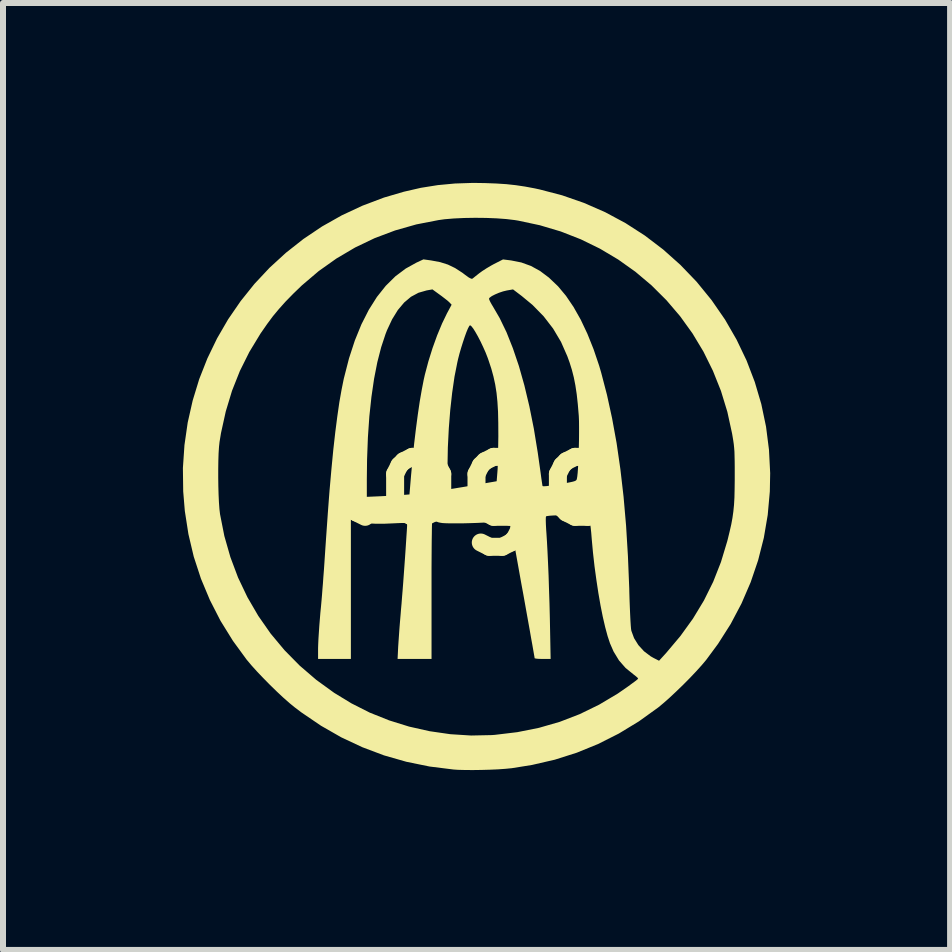
<source format=kicad_pcb>
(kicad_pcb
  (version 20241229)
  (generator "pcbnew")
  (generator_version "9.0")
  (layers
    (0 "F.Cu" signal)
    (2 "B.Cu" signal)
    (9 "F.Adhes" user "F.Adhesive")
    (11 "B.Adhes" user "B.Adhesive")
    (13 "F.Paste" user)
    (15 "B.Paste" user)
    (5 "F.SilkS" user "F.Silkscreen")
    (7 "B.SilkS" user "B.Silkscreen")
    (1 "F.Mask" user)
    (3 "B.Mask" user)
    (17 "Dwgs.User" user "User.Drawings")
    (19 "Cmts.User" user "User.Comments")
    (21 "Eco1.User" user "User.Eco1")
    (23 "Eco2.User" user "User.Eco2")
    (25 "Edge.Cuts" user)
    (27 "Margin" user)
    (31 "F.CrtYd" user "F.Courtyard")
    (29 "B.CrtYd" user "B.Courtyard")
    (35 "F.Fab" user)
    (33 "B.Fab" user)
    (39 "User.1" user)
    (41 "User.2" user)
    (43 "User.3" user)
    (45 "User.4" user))
  (footprint "logo"
    (layer "F.Cu")
    (at 4.896 4.89)
    (property "Reference" "logo" (at 0 0 0) (layer "F.SilkS") (effects (font (size 1.5 1.5) (thickness 0.3))))
    (attr board_only exclude_from_pos_files exclude_from_bom)
    (fp_poly (pts (xy 0.141 -4.887) (xy 0.33 -4.88) (xy 0.499 -4.869) (xy 0.655 -4.852) (xy 0.809 -4.829) (xy 0.97 -4.799) (xy 1.053 -4.781) (xy 1.428 -4.683) (xy 1.793 -4.556) (xy 2.145 -4.402) (xy 2.484 -4.22) (xy 2.807 -4.012) (xy 3.113 -3.779) (xy 3.401 -3.522) (xy 3.67 -3.242) (xy 3.917 -2.939) (xy 3.923 -2.931) (xy 4.144 -2.611) (xy 4.337 -2.276) (xy 4.503 -1.929) (xy 4.64 -1.571) (xy 4.749 -1.202) (xy 4.828 -0.825) (xy 4.877 -0.44) (xy 4.897 -0.05) (xy 4.891 0.258) (xy 4.856 0.647) (xy 4.791 1.029) (xy 4.696 1.403) (xy 4.572 1.768) (xy 4.419 2.123) (xy 4.238 2.466) (xy 4.028 2.796) (xy 3.83 3.064) (xy 3.755 3.153) (xy 3.663 3.255) (xy 3.557 3.367) (xy 3.444 3.481) (xy 3.329 3.592) (xy 3.218 3.696) (xy 3.116 3.786) (xy 3.032 3.856) (xy 2.708 4.089) (xy 2.374 4.292) (xy 2.029 4.466) (xy 1.674 4.611) (xy 1.306 4.728) (xy 0.925 4.816) (xy 0.588 4.87) (xy 0.486 4.88) (xy 0.362 4.889) (xy 0.224 4.895) (xy 0.08 4.899) (xy -0.062 4.901) (xy -0.195 4.9) (xy -0.31 4.897) (xy -0.383 4.892) (xy -0.783 4.842) (xy -1.169 4.763) (xy -1.543 4.656) (xy -1.904 4.52) (xy -2.254 4.356) (xy -2.593 4.162) (xy -2.921 3.939) (xy -3.032 3.855) (xy -3.119 3.784) (xy -3.221 3.694) (xy -3.331 3.591) (xy -3.445 3.48) (xy -3.557 3.366) (xy -3.662 3.256) (xy -3.753 3.155) (xy -3.826 3.068) (xy -3.827 3.068) (xy -4.062 2.746) (xy -4.269 2.412) (xy -4.446 2.066) (xy -4.595 1.71) (xy -4.715 1.343) (xy -4.804 0.967) (xy -4.864 0.581) (xy -4.891 0.254) (xy -4.894 0.026) (xy -4.307 0.026) (xy -4.305 0.171) (xy -4.301 0.311) (xy -4.295 0.438) (xy -4.287 0.548) (xy -4.277 0.633) (xy -4.205 0.998) (xy -4.104 1.351) (xy -3.976 1.692) (xy -3.82 2.019) (xy -3.639 2.33) (xy -3.433 2.625) (xy -3.202 2.902) (xy -2.948 3.16) (xy -2.672 3.397) (xy -2.374 3.613) (xy -2.087 3.788) (xy -1.781 3.943) (xy -1.459 4.072) (xy -1.125 4.176) (xy -0.783 4.253) (xy -0.437 4.303) (xy -0.091 4.325) (xy 0.251 4.318) (xy 0.306 4.314) (xy 0.681 4.269) (xy 1.041 4.197) (xy 1.388 4.097) (xy 1.722 3.968) (xy 2.044 3.811) (xy 2.355 3.626) (xy 2.528 3.506) (xy 2.589 3.461) (xy 2.641 3.423) (xy 2.678 3.394) (xy 2.695 3.378) (xy 2.695 3.378) (xy 2.687 3.363) (xy 2.659 3.338) (xy 2.618 3.306) (xy 2.486 3.199) (xy 2.376 3.073) (xy 2.286 2.925) (xy 2.226 2.788) (xy 2.186 2.667) (xy 2.146 2.519) (xy 2.106 2.347) (xy 2.068 2.156) (xy 2.032 1.949) (xy 1.999 1.731) (xy 1.968 1.504) (xy 1.942 1.273) (xy 1.922 1.055) (xy 1.913 0.944) (xy 1.904 0.859) (xy 1.896 0.797) (xy 1.888 0.754) (xy 1.878 0.726) (xy 1.865 0.708) (xy 1.849 0.696) (xy 1.839 0.69) (xy 1.803 0.679) (xy 1.747 0.668) (xy 1.68 0.659) (xy 1.66 0.657) (xy 1.597 0.653) (xy 1.521 0.651) (xy 1.439 0.651) (xy 1.356 0.653) (xy 1.28 0.656) (xy 1.218 0.66) (xy 1.175 0.666) (xy 1.16 0.67) (xy 1.156 0.689) (xy 1.155 0.736) (xy 1.157 0.806) (xy 1.162 0.898) (xy 1.166 0.953) (xy 1.175 1.094) (xy 1.184 1.262) (xy 1.193 1.453) (xy 1.202 1.663) (xy 1.209 1.889) (xy 1.217 2.126) (xy 1.223 2.37) (xy 1.227 2.575) (xy 1.236 3.048) (xy 1.103 3.048) (xy 1.042 3.047) (xy 0.996 3.043) (xy 0.972 3.038) (xy 0.969 3.036) (xy 0.967 3.019) (xy 0.959 2.974) (xy 0.947 2.905) (xy 0.931 2.813) (xy 0.911 2.703) (xy 0.889 2.576) (xy 0.864 2.437) (xy 0.837 2.287) (xy 0.809 2.13) (xy 0.78 1.968) (xy 0.75 1.806) (xy 0.721 1.644) (xy 0.693 1.487) (xy 0.666 1.337) (xy 0.641 1.198) (xy 0.618 1.072) (xy 0.598 0.961) (xy 0.581 0.87) (xy 0.568 0.8) (xy 0.559 0.756) (xy 0.556 0.739) (xy 0.556 0.739) (xy 0.54 0.739) (xy 0.499 0.742) (xy 0.437 0.748) (xy 0.362 0.756) (xy 0.327 0.759) (xy 0.239 0.767) (xy 0.129 0.774) (xy 0.007 0.78) (xy -0.119 0.784) (xy -0.238 0.787) (xy -0.242 0.787) (xy -0.359 0.787) (xy -0.449 0.787) (xy -0.518 0.785) (xy -0.569 0.782) (xy -0.607 0.776) (xy -0.638 0.769) (xy -0.656 0.762) (xy -0.7 0.746) (xy -0.731 0.736) (xy -0.739 0.735) (xy -0.74 0.75) (xy -0.742 0.794) (xy -0.744 0.864) (xy -0.745 0.959) (xy -0.747 1.075) (xy -0.748 1.21) (xy -0.749 1.361) (xy -0.75 1.527) (xy -0.75 1.705) (xy -0.75 1.891) (xy -0.75 3.048) (xy -1.033 3.048) (xy -1.316 3.048) (xy -1.306 2.841) (xy -1.301 2.767) (xy -1.294 2.668) (xy -1.286 2.553) (xy -1.276 2.428) (xy -1.265 2.3) (xy -1.258 2.212) (xy -1.25 2.125) (xy -1.242 2.021) (xy -1.232 1.901) (xy -1.222 1.771) (xy -1.212 1.634) (xy -1.202 1.496) (xy -1.192 1.358) (xy -1.183 1.227) (xy -1.175 1.105) (xy -1.168 0.997) (xy -1.162 0.907) (xy -1.158 0.84) (xy -1.157 0.798) (xy -1.157 0.792) (xy -1.165 0.784) (xy -1.194 0.781) (xy -1.245 0.781) (xy -1.322 0.784) (xy -1.364 0.786) (xy -1.526 0.793) (xy -1.675 0.794) (xy -1.806 0.787) (xy -1.915 0.775) (xy -1.998 0.756) (xy -2.005 0.754) (xy -2.095 0.724) (xy -2.095 1.886) (xy -2.095 3.048) (xy -2.368 3.048) (xy -2.642 3.048) (xy -2.642 2.872) (xy -2.64 2.807) (xy -2.636 2.717) (xy -2.629 2.61) (xy -2.621 2.491) (xy -2.611 2.368) (xy -2.604 2.282) (xy -2.593 2.171) (xy -2.584 2.071) (xy -2.576 1.977) (xy -2.569 1.884) (xy -2.561 1.788) (xy -2.554 1.685) (xy -2.545 1.571) (xy -2.536 1.44) (xy -2.526 1.289) (xy -2.514 1.113) (xy -2.508 1.024) (xy -2.479 0.612) (xy -2.459 0.345) (xy -1.829 0.345) (xy -1.598 0.335) (xy -1.503 0.33) (xy -1.407 0.325) (xy -1.32 0.32) (xy -1.253 0.315) (xy -1.243 0.315) (xy -1.118 0.305) (xy -1.091 -0.016) (xy -1.084 -0.091) (xy -0.485 -0.091) (xy -0.484 0.015) (xy -0.484 0.094) (xy -0.482 0.149) (xy -0.479 0.185) (xy -0.474 0.206) (xy -0.467 0.216) (xy -0.458 0.218) (xy -0.457 0.218) (xy -0.435 0.215) (xy -0.386 0.208) (xy -0.315 0.196) (xy -0.228 0.182) (xy -0.128 0.165) (xy -0.047 0.151) (xy 0.336 0.085) (xy 0.348 -0.063) (xy 0.352 -0.118) (xy 0.355 -0.198) (xy 0.358 -0.299) (xy 0.36 -0.413) (xy 0.362 -0.536) (xy 0.364 -0.662) (xy 0.364 -0.672) (xy 0.363 -0.885) (xy 0.359 -1.072) (xy 0.349 -1.238) (xy 0.334 -1.388) (xy 0.312 -1.527) (xy 0.283 -1.66) (xy 0.247 -1.792) (xy 0.202 -1.928) (xy 0.187 -1.971) (xy 0.152 -2.061) (xy 0.111 -2.153) (xy 0.068 -2.244) (xy 0.024 -2.329) (xy -0.018 -2.403) (xy -0.055 -2.462) (xy -0.086 -2.501) (xy -0.108 -2.517) (xy -0.108 -2.517) (xy -0.122 -2.502) (xy -0.143 -2.462) (xy -0.168 -2.402) (xy -0.196 -2.325) (xy -0.225 -2.238) (xy -0.255 -2.143) (xy -0.283 -2.047) (xy -0.307 -1.954) (xy -0.319 -1.901) (xy -0.367 -1.659) (xy -0.406 -1.391) (xy -0.438 -1.102) (xy -0.462 -0.797) (xy -0.478 -0.479) (xy -0.484 -0.155) (xy -0.485 -0.091) (xy -1.084 -0.091) (xy -1.067 -0.282) (xy -1.04 -0.541) (xy -1.01 -0.791) (xy -0.979 -1.026) (xy -0.947 -1.243) (xy -0.913 -1.439) (xy -0.88 -1.609) (xy -0.861 -1.693) (xy -0.802 -1.915) (xy -0.733 -2.136) (xy -0.656 -2.349) (xy -0.574 -2.546) (xy -0.49 -2.72) (xy -0.488 -2.723) (xy -0.415 -2.859) (xy -0.451 -2.897) (xy -0.479 -2.923) (xy -0.526 -2.96) (xy -0.53 -2.963) (xy 0.209 -2.963) (xy 0.213 -2.941) (xy 0.232 -2.901) (xy 0.26 -2.851) (xy 0.265 -2.844) (xy 0.386 -2.636) (xy 0.501 -2.398) (xy 0.607 -2.131) (xy 0.707 -1.836) (xy 0.798 -1.514) (xy 0.881 -1.166) (xy 0.956 -0.792) (xy 1.021 -0.394) (xy 1.056 -0.148) (xy 1.069 -0.055) (xy 1.08 0.028) (xy 1.09 0.096) (xy 1.097 0.143) (xy 1.101 0.165) (xy 1.101 0.165) (xy 1.119 0.169) (xy 1.167 0.166) (xy 1.244 0.156) (xy 1.352 0.139) (xy 1.384 0.134) (xy 1.483 0.117) (xy 1.556 0.103) (xy 1.606 0.092) (xy 1.639 0.082) (xy 1.658 0.072) (xy 1.668 0.061) (xy 1.673 0.047) (xy 1.68 0.008) (xy 1.687 -0.056) (xy 1.693 -0.142) (xy 1.698 -0.244) (xy 1.702 -0.358) (xy 1.706 -0.478) (xy 1.709 -0.599) (xy 1.71 -0.716) (xy 1.71 -0.825) (xy 1.709 -0.92) (xy 1.706 -0.996) (xy 1.705 -1.011) (xy 1.689 -1.201) (xy 1.671 -1.366) (xy 1.649 -1.512) (xy 1.623 -1.645) (xy 1.591 -1.771) (xy 1.552 -1.896) (xy 1.515 -1.998) (xy 1.409 -2.239) (xy 1.277 -2.461) (xy 1.119 -2.666) (xy 0.934 -2.855) (xy 0.754 -3.004) (xy 0.609 -3.114) (xy 0.505 -3.096) (xy 0.443 -3.081) (xy 0.375 -3.058) (xy 0.311 -3.031) (xy 0.256 -3.003) (xy 0.22 -2.977) (xy 0.209 -2.963) (xy -0.53 -2.963) (xy -0.582 -3.003) (xy -0.611 -3.024) (xy -0.735 -3.114) (xy -0.832 -3.097) (xy -0.968 -3.058) (xy -1.093 -2.991) (xy -1.207 -2.895) (xy -1.312 -2.77) (xy -1.407 -2.616) (xy -1.493 -2.432) (xy -1.517 -2.37) (xy -1.59 -2.149) (xy -1.654 -1.9) (xy -1.708 -1.624) (xy -1.752 -1.323) (xy -1.787 -0.997) (xy -1.811 -0.649) (xy -1.825 -0.279) (xy -1.829 0.048) (xy -1.829 0.345) (xy -2.459 0.345) (xy -2.45 0.231) (xy -2.419 -0.12) (xy -2.388 -0.441) (xy -2.355 -0.734) (xy -2.321 -0.998) (xy -2.287 -1.234) (xy -2.25 -1.443) (xy -2.213 -1.626) (xy -2.209 -1.641) (xy -2.126 -1.965) (xy -2.029 -2.262) (xy -1.919 -2.532) (xy -1.796 -2.774) (xy -1.661 -2.988) (xy -1.513 -3.174) (xy -1.352 -3.333) (xy -1.18 -3.462) (xy -1.003 -3.56) (xy -0.885 -3.615) (xy -0.756 -3.597) (xy -0.607 -3.569) (xy -0.477 -3.528) (xy -0.357 -3.47) (xy -0.235 -3.391) (xy -0.189 -3.356) (xy -0.128 -3.312) (xy -0.088 -3.292) (xy -0.07 -3.292) (xy -0.049 -3.308) (xy -0.012 -3.338) (xy 0.035 -3.375) (xy 0.041 -3.38) (xy 0.096 -3.42) (xy 0.167 -3.466) (xy 0.245 -3.512) (xy 0.287 -3.535) (xy 0.442 -3.614) (xy 0.578 -3.597) (xy 0.748 -3.563) (xy 0.908 -3.505) (xy 1.059 -3.422) (xy 1.207 -3.311) (xy 1.354 -3.171) (xy 1.361 -3.164) (xy 1.492 -3.007) (xy 1.618 -2.821) (xy 1.738 -2.609) (xy 1.849 -2.374) (xy 1.952 -2.117) (xy 2.045 -1.842) (xy 2.079 -1.726) (xy 2.176 -1.354) (xy 2.261 -0.964) (xy 2.336 -0.552) (xy 2.399 -0.117) (xy 2.452 0.341) (xy 2.494 0.824) (xy 2.525 1.334) (xy 2.547 1.872) (xy 2.548 1.929) (xy 2.552 2.063) (xy 2.557 2.191) (xy 2.562 2.307) (xy 2.567 2.408) (xy 2.572 2.489) (xy 2.577 2.547) (xy 2.582 2.578) (xy 2.627 2.701) (xy 2.699 2.817) (xy 2.793 2.92) (xy 2.904 3.004) (xy 2.955 3.033) (xy 3.044 3.078) (xy 3.161 2.95) (xy 3.4 2.666) (xy 3.61 2.375) (xy 3.792 2.074) (xy 3.947 1.761) (xy 4.076 1.433) (xy 4.18 1.089) (xy 4.189 1.055) (xy 4.221 0.923) (xy 4.248 0.805) (xy 4.268 0.696) (xy 4.283 0.589) (xy 4.294 0.479) (xy 4.301 0.358) (xy 4.304 0.221) (xy 4.306 0.062) (xy 4.306 -0.008) (xy 4.306 -0.142) (xy 4.305 -0.25) (xy 4.303 -0.338) (xy 4.301 -0.411) (xy 4.296 -0.475) (xy 4.29 -0.534) (xy 4.281 -0.596) (xy 4.27 -0.663) (xy 4.262 -0.71) (xy 4.183 -1.072) (xy 4.076 -1.422) (xy 3.942 -1.757) (xy 3.784 -2.077) (xy 3.601 -2.381) (xy 3.395 -2.667) (xy 3.167 -2.934) (xy 2.918 -3.182) (xy 2.65 -3.408) (xy 2.363 -3.612) (xy 2.059 -3.793) (xy 1.74 -3.949) (xy 1.405 -4.08) (xy 1.056 -4.184) (xy 0.695 -4.261) (xy 0.639 -4.27) (xy 0.499 -4.287) (xy 0.337 -4.299) (xy 0.161 -4.306) (xy -0.022 -4.308) (xy -0.204 -4.305) (xy -0.377 -4.297) (xy -0.533 -4.284) (xy -0.633 -4.27) (xy -1.003 -4.198) (xy -1.358 -4.097) (xy -1.698 -3.969) (xy -2.024 -3.813) (xy -2.336 -3.629) (xy -2.632 -3.419) (xy -2.912 -3.181) (xy -3.056 -3.042) (xy -3.185 -2.91) (xy -3.295 -2.787) (xy -3.395 -2.667) (xy -3.49 -2.539) (xy -3.59 -2.395) (xy -3.603 -2.376) (xy -3.788 -2.071) (xy -3.946 -1.754) (xy -4.077 -1.424) (xy -4.181 -1.08) (xy -4.261 -0.718) (xy -4.285 -0.571) (xy -4.294 -0.489) (xy -4.301 -0.382) (xy -4.305 -0.257) (xy -4.307 -0.119) (xy -4.307 0.026) (xy -4.894 0.026) (xy -4.896 -0.136) (xy -4.87 -0.519) (xy -4.816 -0.894) (xy -4.733 -1.261) (xy -4.624 -1.618) (xy -4.488 -1.963) (xy -4.327 -2.296) (xy -4.142 -2.615) (xy -3.933 -2.919) (xy -3.703 -3.206) (xy -3.451 -3.475) (xy -3.178 -3.725) (xy -2.886 -3.955) (xy -2.575 -4.164) (xy -2.247 -4.349) (xy -1.902 -4.51) (xy -1.542 -4.646) (xy -1.211 -4.743) (xy -0.928 -4.808) (xy -0.646 -4.853) (xy -0.359 -4.88) (xy -0.059 -4.89)) (stroke (width 0) (type solid)) (fill yes) (layer "F.SilkS")))
  (gr_rect
    (start -3 -3)
    (end 12.793 12.791)
    (stroke (width 0.1) (type default))
    (fill no)
    (layer "Edge.Cuts")))
</source>
